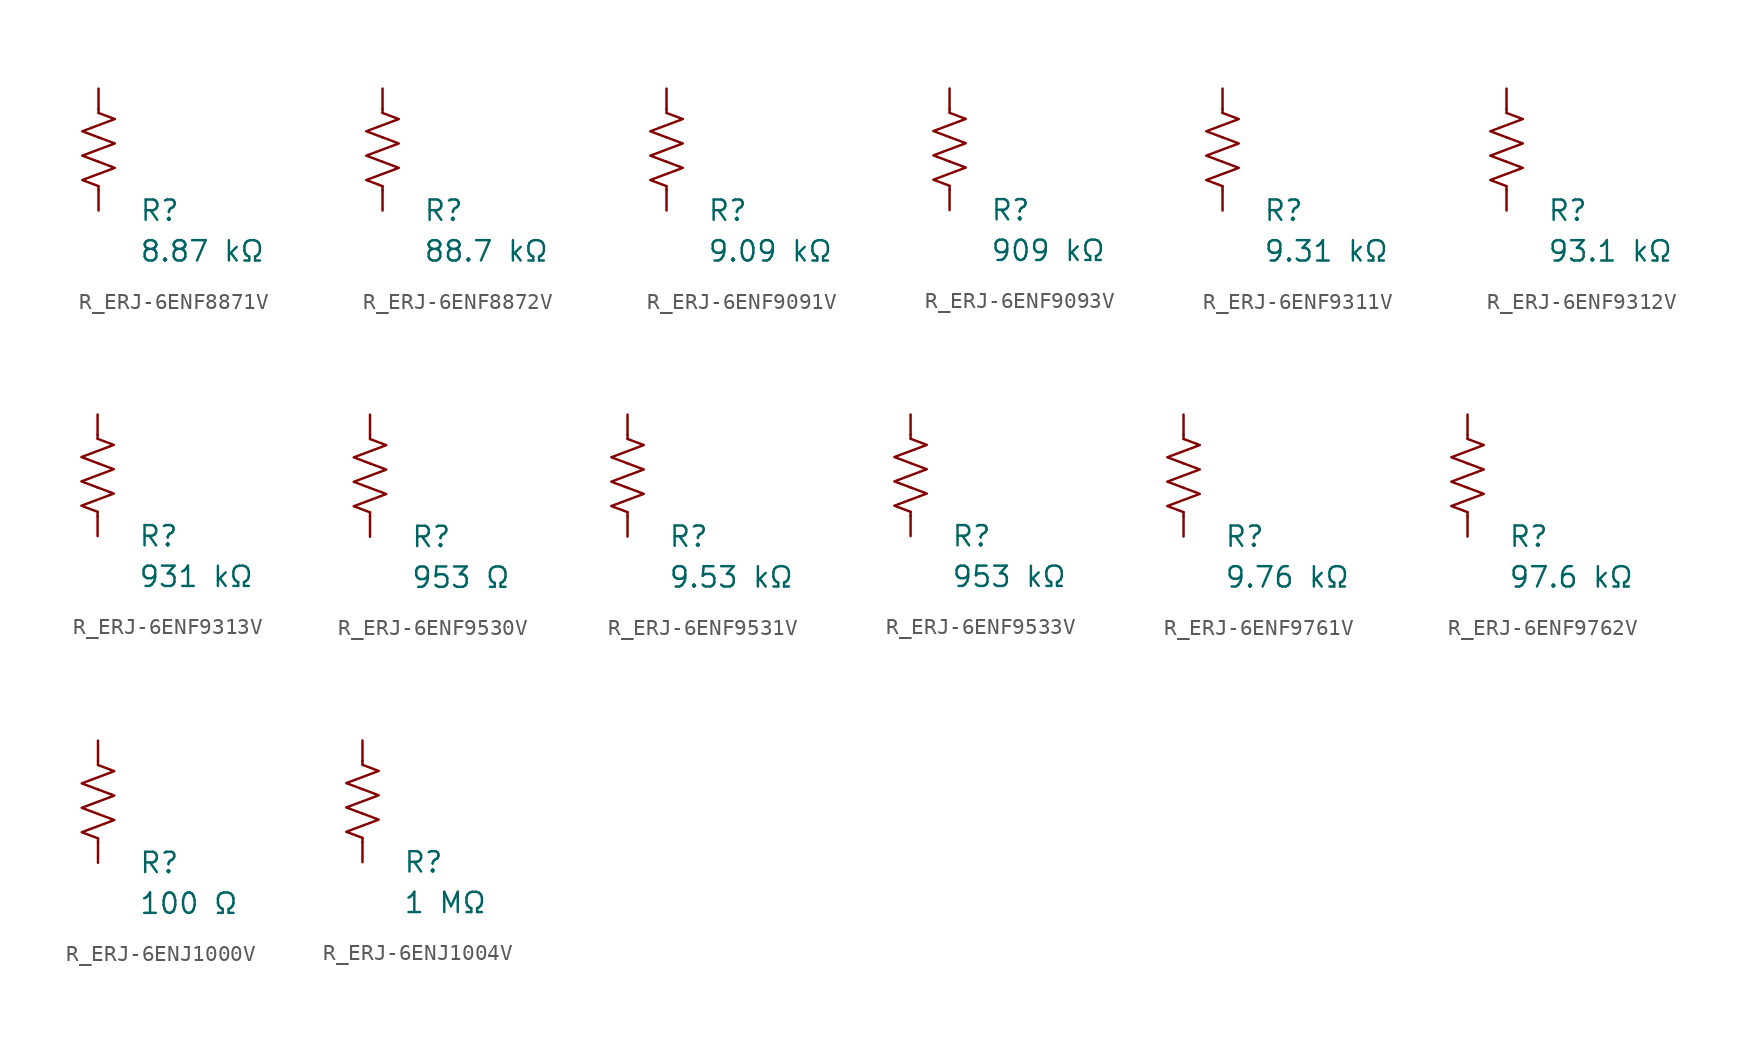
<source format=kicad_sym>
(kicad_symbol_lib
  (version 20231120)
  (generator "kicad_symbol_editor")
  (generator_version "8.0")
  (symbol "R_ERJ-6ENF8871V"
    (pin_numbers hide)
    (pin_names
      (offset 0))
    (property "Reference" "R"
      (at 2.54 -3.81 0)
      (effects (font (size 1.27 1.27)) (justify left))
      (show_name no))
    (property "Value" "8.87 kΩ"
      (at 2.54 -6.35 0)
      (effects (font (size 1.27 1.27)) (justify left))
      (show_name no))
    (symbol "R_ERJ-6ENF8871V_0_1"
      (polyline (pts (xy 0 -2.286) (xy 0 -2.54)) (stroke (width 0) (type default)) (fill (type none)))
      (polyline (pts (xy 0 2.286) (xy 0 2.54)) (stroke (width 0) (type default)) (fill (type none)))
      (polyline (pts (xy 0 -0.762) (xy 1.016 -1.143) (xy 0 -1.524) (xy -1.016 -1.905) (xy 0 -2.286)) (stroke (width 0) (type default)) (fill (type none)))
      (polyline (pts (xy 0 0.762) (xy 1.016 0.381) (xy 0 0) (xy -1.016 -0.381) (xy 0 -0.762)) (stroke (width 0) (type default)) (fill (type none)))
      (polyline (pts (xy 0 2.286) (xy 1.016 1.905) (xy 0 1.524) (xy -1.016 1.143) (xy 0 0.762)) (stroke (width 0) (type default)) (fill (type none))))
    (symbol "R_ERJ-6ENF8871V_1_1"
      (pin passive line (at 0 3.81 270) (length 1.27) (name "~" (effects (font (size 1.27 1.27)))) (number "1" (effects (font (size 1.27 1.27)))))
      (pin passive line (at 0 -3.81 90) (length 1.27) (name "~" (effects (font (size 1.27 1.27)))) (number "2" (effects (font (size 1.27 1.27)))))))
  (symbol "R_ERJ-6ENF8872V"
    (pin_numbers hide)
    (pin_names
      (offset 0))
    (property "Reference" "R"
      (at 2.54 -3.81 0)
      (effects (font (size 1.27 1.27)) (justify left))
      (show_name no))
    (property "Value" "88.7 kΩ"
      (at 2.54 -6.35 0)
      (effects (font (size 1.27 1.27)) (justify left))
      (show_name no))
    (symbol "R_ERJ-6ENF8872V_0_1"
      (polyline (pts (xy 0 -2.286) (xy 0 -2.54)) (stroke (width 0) (type default)) (fill (type none)))
      (polyline (pts (xy 0 2.286) (xy 0 2.54)) (stroke (width 0) (type default)) (fill (type none)))
      (polyline (pts (xy 0 -0.762) (xy 1.016 -1.143) (xy 0 -1.524) (xy -1.016 -1.905) (xy 0 -2.286)) (stroke (width 0) (type default)) (fill (type none)))
      (polyline (pts (xy 0 0.762) (xy 1.016 0.381) (xy 0 0) (xy -1.016 -0.381) (xy 0 -0.762)) (stroke (width 0) (type default)) (fill (type none)))
      (polyline (pts (xy 0 2.286) (xy 1.016 1.905) (xy 0 1.524) (xy -1.016 1.143) (xy 0 0.762)) (stroke (width 0) (type default)) (fill (type none))))
    (symbol "R_ERJ-6ENF8872V_1_1"
      (pin passive line (at 0 3.81 270) (length 1.27) (name "~" (effects (font (size 1.27 1.27)))) (number "1" (effects (font (size 1.27 1.27)))))
      (pin passive line (at 0 -3.81 90) (length 1.27) (name "~" (effects (font (size 1.27 1.27)))) (number "2" (effects (font (size 1.27 1.27)))))))
  (symbol "R_ERJ-6ENF9091V"
    (pin_numbers hide)
    (pin_names
      (offset 0))
    (property "Reference" "R"
      (at 2.54 -3.81 0)
      (effects (font (size 1.27 1.27)) (justify left))
      (show_name no))
    (property "Value" "9.09 kΩ"
      (at 2.54 -6.35 0)
      (effects (font (size 1.27 1.27)) (justify left))
      (show_name no))
    (symbol "R_ERJ-6ENF9091V_0_1"
      (polyline (pts (xy 0 -2.286) (xy 0 -2.54)) (stroke (width 0) (type default)) (fill (type none)))
      (polyline (pts (xy 0 2.286) (xy 0 2.54)) (stroke (width 0) (type default)) (fill (type none)))
      (polyline (pts (xy 0 -0.762) (xy 1.016 -1.143) (xy 0 -1.524) (xy -1.016 -1.905) (xy 0 -2.286)) (stroke (width 0) (type default)) (fill (type none)))
      (polyline (pts (xy 0 0.762) (xy 1.016 0.381) (xy 0 0) (xy -1.016 -0.381) (xy 0 -0.762)) (stroke (width 0) (type default)) (fill (type none)))
      (polyline (pts (xy 0 2.286) (xy 1.016 1.905) (xy 0 1.524) (xy -1.016 1.143) (xy 0 0.762)) (stroke (width 0) (type default)) (fill (type none))))
    (symbol "R_ERJ-6ENF9091V_1_1"
      (pin passive line (at 0 3.81 270) (length 1.27) (name "~" (effects (font (size 1.27 1.27)))) (number "1" (effects (font (size 1.27 1.27)))))
      (pin passive line (at 0 -3.81 90) (length 1.27) (name "~" (effects (font (size 1.27 1.27)))) (number "2" (effects (font (size 1.27 1.27)))))))
  (symbol "R_ERJ-6ENF9093V"
    (pin_numbers hide)
    (pin_names
      (offset 0))
    (property "Reference" "R"
      (at 2.54 -3.81 0)
      (effects (font (size 1.27 1.27)) (justify left))
      (show_name no))
    (property "Value" "909 kΩ"
      (at 2.54 -6.35 0)
      (effects (font (size 1.27 1.27)) (justify left))
      (show_name no))
    (symbol "R_ERJ-6ENF9093V_0_1"
      (polyline (pts (xy 0 -2.286) (xy 0 -2.54)) (stroke (width 0) (type default)) (fill (type none)))
      (polyline (pts (xy 0 2.286) (xy 0 2.54)) (stroke (width 0) (type default)) (fill (type none)))
      (polyline (pts (xy 0 -0.762) (xy 1.016 -1.143) (xy 0 -1.524) (xy -1.016 -1.905) (xy 0 -2.286)) (stroke (width 0) (type default)) (fill (type none)))
      (polyline (pts (xy 0 0.762) (xy 1.016 0.381) (xy 0 0) (xy -1.016 -0.381) (xy 0 -0.762)) (stroke (width 0) (type default)) (fill (type none)))
      (polyline (pts (xy 0 2.286) (xy 1.016 1.905) (xy 0 1.524) (xy -1.016 1.143) (xy 0 0.762)) (stroke (width 0) (type default)) (fill (type none))))
    (symbol "R_ERJ-6ENF9093V_1_1"
      (pin passive line (at 0 3.81 270) (length 1.27) (name "~" (effects (font (size 1.27 1.27)))) (number "1" (effects (font (size 1.27 1.27)))))
      (pin passive line (at 0 -3.81 90) (length 1.27) (name "~" (effects (font (size 1.27 1.27)))) (number "2" (effects (font (size 1.27 1.27)))))))
  (symbol "R_ERJ-6ENF9311V"
    (pin_numbers hide)
    (pin_names
      (offset 0))
    (property "Reference" "R"
      (at 2.54 -3.81 0)
      (effects (font (size 1.27 1.27)) (justify left))
      (show_name no))
    (property "Value" "9.31 kΩ"
      (at 2.54 -6.35 0)
      (effects (font (size 1.27 1.27)) (justify left))
      (show_name no))
    (symbol "R_ERJ-6ENF9311V_0_1"
      (polyline (pts (xy 0 -2.286) (xy 0 -2.54)) (stroke (width 0) (type default)) (fill (type none)))
      (polyline (pts (xy 0 2.286) (xy 0 2.54)) (stroke (width 0) (type default)) (fill (type none)))
      (polyline (pts (xy 0 -0.762) (xy 1.016 -1.143) (xy 0 -1.524) (xy -1.016 -1.905) (xy 0 -2.286)) (stroke (width 0) (type default)) (fill (type none)))
      (polyline (pts (xy 0 0.762) (xy 1.016 0.381) (xy 0 0) (xy -1.016 -0.381) (xy 0 -0.762)) (stroke (width 0) (type default)) (fill (type none)))
      (polyline (pts (xy 0 2.286) (xy 1.016 1.905) (xy 0 1.524) (xy -1.016 1.143) (xy 0 0.762)) (stroke (width 0) (type default)) (fill (type none))))
    (symbol "R_ERJ-6ENF9311V_1_1"
      (pin passive line (at 0 3.81 270) (length 1.27) (name "~" (effects (font (size 1.27 1.27)))) (number "1" (effects (font (size 1.27 1.27)))))
      (pin passive line (at 0 -3.81 90) (length 1.27) (name "~" (effects (font (size 1.27 1.27)))) (number "2" (effects (font (size 1.27 1.27)))))))
  (symbol "R_ERJ-6ENF9312V"
    (pin_numbers hide)
    (pin_names
      (offset 0))
    (property "Reference" "R"
      (at 2.54 -3.81 0)
      (effects (font (size 1.27 1.27)) (justify left))
      (show_name no))
    (property "Value" "93.1 kΩ"
      (at 2.54 -6.35 0)
      (effects (font (size 1.27 1.27)) (justify left))
      (show_name no))
    (symbol "R_ERJ-6ENF9312V_0_1"
      (polyline (pts (xy 0 -2.286) (xy 0 -2.54)) (stroke (width 0) (type default)) (fill (type none)))
      (polyline (pts (xy 0 2.286) (xy 0 2.54)) (stroke (width 0) (type default)) (fill (type none)))
      (polyline (pts (xy 0 -0.762) (xy 1.016 -1.143) (xy 0 -1.524) (xy -1.016 -1.905) (xy 0 -2.286)) (stroke (width 0) (type default)) (fill (type none)))
      (polyline (pts (xy 0 0.762) (xy 1.016 0.381) (xy 0 0) (xy -1.016 -0.381) (xy 0 -0.762)) (stroke (width 0) (type default)) (fill (type none)))
      (polyline (pts (xy 0 2.286) (xy 1.016 1.905) (xy 0 1.524) (xy -1.016 1.143) (xy 0 0.762)) (stroke (width 0) (type default)) (fill (type none))))
    (symbol "R_ERJ-6ENF9312V_1_1"
      (pin passive line (at 0 3.81 270) (length 1.27) (name "~" (effects (font (size 1.27 1.27)))) (number "1" (effects (font (size 1.27 1.27)))))
      (pin passive line (at 0 -3.81 90) (length 1.27) (name "~" (effects (font (size 1.27 1.27)))) (number "2" (effects (font (size 1.27 1.27)))))))
  (symbol "R_ERJ-6ENF9313V"
    (pin_numbers hide)
    (pin_names
      (offset 0))
    (property "Reference" "R"
      (at 2.54 -3.81 0)
      (effects (font (size 1.27 1.27)) (justify left))
      (show_name no))
    (property "Value" "931 kΩ"
      (at 2.54 -6.35 0)
      (effects (font (size 1.27 1.27)) (justify left))
      (show_name no))
    (symbol "R_ERJ-6ENF9313V_0_1"
      (polyline (pts (xy 0 -2.286) (xy 0 -2.54)) (stroke (width 0) (type default)) (fill (type none)))
      (polyline (pts (xy 0 2.286) (xy 0 2.54)) (stroke (width 0) (type default)) (fill (type none)))
      (polyline (pts (xy 0 -0.762) (xy 1.016 -1.143) (xy 0 -1.524) (xy -1.016 -1.905) (xy 0 -2.286)) (stroke (width 0) (type default)) (fill (type none)))
      (polyline (pts (xy 0 0.762) (xy 1.016 0.381) (xy 0 0) (xy -1.016 -0.381) (xy 0 -0.762)) (stroke (width 0) (type default)) (fill (type none)))
      (polyline (pts (xy 0 2.286) (xy 1.016 1.905) (xy 0 1.524) (xy -1.016 1.143) (xy 0 0.762)) (stroke (width 0) (type default)) (fill (type none))))
    (symbol "R_ERJ-6ENF9313V_1_1"
      (pin passive line (at 0 3.81 270) (length 1.27) (name "~" (effects (font (size 1.27 1.27)))) (number "1" (effects (font (size 1.27 1.27)))))
      (pin passive line (at 0 -3.81 90) (length 1.27) (name "~" (effects (font (size 1.27 1.27)))) (number "2" (effects (font (size 1.27 1.27)))))))
  (symbol "R_ERJ-6ENF9530V"
    (pin_numbers hide)
    (pin_names
      (offset 0))
    (property "Reference" "R"
      (at 2.54 -3.81 0)
      (effects (font (size 1.27 1.27)) (justify left))
      (show_name no))
    (property "Value" "953 Ω"
      (at 2.54 -6.35 0)
      (effects (font (size 1.27 1.27)) (justify left))
      (show_name no))
    (symbol "R_ERJ-6ENF9530V_0_1"
      (polyline (pts (xy 0 -2.286) (xy 0 -2.54)) (stroke (width 0) (type default)) (fill (type none)))
      (polyline (pts (xy 0 2.286) (xy 0 2.54)) (stroke (width 0) (type default)) (fill (type none)))
      (polyline (pts (xy 0 -0.762) (xy 1.016 -1.143) (xy 0 -1.524) (xy -1.016 -1.905) (xy 0 -2.286)) (stroke (width 0) (type default)) (fill (type none)))
      (polyline (pts (xy 0 0.762) (xy 1.016 0.381) (xy 0 0) (xy -1.016 -0.381) (xy 0 -0.762)) (stroke (width 0) (type default)) (fill (type none)))
      (polyline (pts (xy 0 2.286) (xy 1.016 1.905) (xy 0 1.524) (xy -1.016 1.143) (xy 0 0.762)) (stroke (width 0) (type default)) (fill (type none))))
    (symbol "R_ERJ-6ENF9530V_1_1"
      (pin passive line (at 0 3.81 270) (length 1.27) (name "~" (effects (font (size 1.27 1.27)))) (number "1" (effects (font (size 1.27 1.27)))))
      (pin passive line (at 0 -3.81 90) (length 1.27) (name "~" (effects (font (size 1.27 1.27)))) (number "2" (effects (font (size 1.27 1.27)))))))
  (symbol "R_ERJ-6ENF9531V"
    (pin_numbers hide)
    (pin_names
      (offset 0))
    (property "Reference" "R"
      (at 2.54 -3.81 0)
      (effects (font (size 1.27 1.27)) (justify left))
      (show_name no))
    (property "Value" "9.53 kΩ"
      (at 2.54 -6.35 0)
      (effects (font (size 1.27 1.27)) (justify left))
      (show_name no))
    (symbol "R_ERJ-6ENF9531V_0_1"
      (polyline (pts (xy 0 -2.286) (xy 0 -2.54)) (stroke (width 0) (type default)) (fill (type none)))
      (polyline (pts (xy 0 2.286) (xy 0 2.54)) (stroke (width 0) (type default)) (fill (type none)))
      (polyline (pts (xy 0 -0.762) (xy 1.016 -1.143) (xy 0 -1.524) (xy -1.016 -1.905) (xy 0 -2.286)) (stroke (width 0) (type default)) (fill (type none)))
      (polyline (pts (xy 0 0.762) (xy 1.016 0.381) (xy 0 0) (xy -1.016 -0.381) (xy 0 -0.762)) (stroke (width 0) (type default)) (fill (type none)))
      (polyline (pts (xy 0 2.286) (xy 1.016 1.905) (xy 0 1.524) (xy -1.016 1.143) (xy 0 0.762)) (stroke (width 0) (type default)) (fill (type none))))
    (symbol "R_ERJ-6ENF9531V_1_1"
      (pin passive line (at 0 3.81 270) (length 1.27) (name "~" (effects (font (size 1.27 1.27)))) (number "1" (effects (font (size 1.27 1.27)))))
      (pin passive line (at 0 -3.81 90) (length 1.27) (name "~" (effects (font (size 1.27 1.27)))) (number "2" (effects (font (size 1.27 1.27)))))))
  (symbol "R_ERJ-6ENF9533V"
    (pin_numbers hide)
    (pin_names
      (offset 0))
    (property "Reference" "R"
      (at 2.54 -3.81 0)
      (effects (font (size 1.27 1.27)) (justify left))
      (show_name no))
    (property "Value" "953 kΩ"
      (at 2.54 -6.35 0)
      (effects (font (size 1.27 1.27)) (justify left))
      (show_name no))
    (symbol "R_ERJ-6ENF9533V_0_1"
      (polyline (pts (xy 0 -2.286) (xy 0 -2.54)) (stroke (width 0) (type default)) (fill (type none)))
      (polyline (pts (xy 0 2.286) (xy 0 2.54)) (stroke (width 0) (type default)) (fill (type none)))
      (polyline (pts (xy 0 -0.762) (xy 1.016 -1.143) (xy 0 -1.524) (xy -1.016 -1.905) (xy 0 -2.286)) (stroke (width 0) (type default)) (fill (type none)))
      (polyline (pts (xy 0 0.762) (xy 1.016 0.381) (xy 0 0) (xy -1.016 -0.381) (xy 0 -0.762)) (stroke (width 0) (type default)) (fill (type none)))
      (polyline (pts (xy 0 2.286) (xy 1.016 1.905) (xy 0 1.524) (xy -1.016 1.143) (xy 0 0.762)) (stroke (width 0) (type default)) (fill (type none))))
    (symbol "R_ERJ-6ENF9533V_1_1"
      (pin passive line (at 0 3.81 270) (length 1.27) (name "~" (effects (font (size 1.27 1.27)))) (number "1" (effects (font (size 1.27 1.27)))))
      (pin passive line (at 0 -3.81 90) (length 1.27) (name "~" (effects (font (size 1.27 1.27)))) (number "2" (effects (font (size 1.27 1.27)))))))
  (symbol "R_ERJ-6ENF9761V"
    (pin_numbers hide)
    (pin_names
      (offset 0))
    (property "Reference" "R"
      (at 2.54 -3.81 0)
      (effects (font (size 1.27 1.27)) (justify left))
      (show_name no))
    (property "Value" "9.76 kΩ"
      (at 2.54 -6.35 0)
      (effects (font (size 1.27 1.27)) (justify left))
      (show_name no))
    (symbol "R_ERJ-6ENF9761V_0_1"
      (polyline (pts (xy 0 -2.286) (xy 0 -2.54)) (stroke (width 0) (type default)) (fill (type none)))
      (polyline (pts (xy 0 2.286) (xy 0 2.54)) (stroke (width 0) (type default)) (fill (type none)))
      (polyline (pts (xy 0 -0.762) (xy 1.016 -1.143) (xy 0 -1.524) (xy -1.016 -1.905) (xy 0 -2.286)) (stroke (width 0) (type default)) (fill (type none)))
      (polyline (pts (xy 0 0.762) (xy 1.016 0.381) (xy 0 0) (xy -1.016 -0.381) (xy 0 -0.762)) (stroke (width 0) (type default)) (fill (type none)))
      (polyline (pts (xy 0 2.286) (xy 1.016 1.905) (xy 0 1.524) (xy -1.016 1.143) (xy 0 0.762)) (stroke (width 0) (type default)) (fill (type none))))
    (symbol "R_ERJ-6ENF9761V_1_1"
      (pin passive line (at 0 3.81 270) (length 1.27) (name "~" (effects (font (size 1.27 1.27)))) (number "1" (effects (font (size 1.27 1.27)))))
      (pin passive line (at 0 -3.81 90) (length 1.27) (name "~" (effects (font (size 1.27 1.27)))) (number "2" (effects (font (size 1.27 1.27)))))))
  (symbol "R_ERJ-6ENF9762V"
    (pin_numbers hide)
    (pin_names
      (offset 0))
    (property "Reference" "R"
      (at 2.54 -3.81 0)
      (effects (font (size 1.27 1.27)) (justify left))
      (show_name no))
    (property "Value" "97.6 kΩ"
      (at 2.54 -6.35 0)
      (effects (font (size 1.27 1.27)) (justify left))
      (show_name no))
    (symbol "R_ERJ-6ENF9762V_0_1"
      (polyline (pts (xy 0 -2.286) (xy 0 -2.54)) (stroke (width 0) (type default)) (fill (type none)))
      (polyline (pts (xy 0 2.286) (xy 0 2.54)) (stroke (width 0) (type default)) (fill (type none)))
      (polyline (pts (xy 0 -0.762) (xy 1.016 -1.143) (xy 0 -1.524) (xy -1.016 -1.905) (xy 0 -2.286)) (stroke (width 0) (type default)) (fill (type none)))
      (polyline (pts (xy 0 0.762) (xy 1.016 0.381) (xy 0 0) (xy -1.016 -0.381) (xy 0 -0.762)) (stroke (width 0) (type default)) (fill (type none)))
      (polyline (pts (xy 0 2.286) (xy 1.016 1.905) (xy 0 1.524) (xy -1.016 1.143) (xy 0 0.762)) (stroke (width 0) (type default)) (fill (type none))))
    (symbol "R_ERJ-6ENF9762V_1_1"
      (pin passive line (at 0 3.81 270) (length 1.27) (name "~" (effects (font (size 1.27 1.27)))) (number "1" (effects (font (size 1.27 1.27)))))
      (pin passive line (at 0 -3.81 90) (length 1.27) (name "~" (effects (font (size 1.27 1.27)))) (number "2" (effects (font (size 1.27 1.27)))))))
  (symbol "R_ERJ-6ENJ1000V"
    (pin_numbers hide)
    (pin_names
      (offset 0))
    (property "Reference" "R"
      (at 2.54 -3.81 0)
      (effects (font (size 1.27 1.27)) (justify left))
      (show_name no))
    (property "Value" "100 Ω"
      (at 2.54 -6.35 0)
      (effects (font (size 1.27 1.27)) (justify left))
      (show_name no))
    (symbol "R_ERJ-6ENJ1000V_0_1"
      (polyline (pts (xy 0 -2.286) (xy 0 -2.54)) (stroke (width 0) (type default)) (fill (type none)))
      (polyline (pts (xy 0 2.286) (xy 0 2.54)) (stroke (width 0) (type default)) (fill (type none)))
      (polyline (pts (xy 0 -0.762) (xy 1.016 -1.143) (xy 0 -1.524) (xy -1.016 -1.905) (xy 0 -2.286)) (stroke (width 0) (type default)) (fill (type none)))
      (polyline (pts (xy 0 0.762) (xy 1.016 0.381) (xy 0 0) (xy -1.016 -0.381) (xy 0 -0.762)) (stroke (width 0) (type default)) (fill (type none)))
      (polyline (pts (xy 0 2.286) (xy 1.016 1.905) (xy 0 1.524) (xy -1.016 1.143) (xy 0 0.762)) (stroke (width 0) (type default)) (fill (type none))))
    (symbol "R_ERJ-6ENJ1000V_1_1"
      (pin passive line (at 0 3.81 270) (length 1.27) (name "~" (effects (font (size 1.27 1.27)))) (number "1" (effects (font (size 1.27 1.27)))))
      (pin passive line (at 0 -3.81 90) (length 1.27) (name "~" (effects (font (size 1.27 1.27)))) (number "2" (effects (font (size 1.27 1.27)))))))
  (symbol "R_ERJ-6ENJ1004V"
    (pin_numbers hide)
    (pin_names
      (offset 0))
    (property "Reference" "R"
      (at 2.54 -3.81 0)
      (effects (font (size 1.27 1.27)) (justify left))
      (show_name no))
    (property "Value" "1 MΩ"
      (at 2.54 -6.35 0)
      (effects (font (size 1.27 1.27)) (justify left))
      (show_name no))
    (symbol "R_ERJ-6ENJ1004V_0_1"
      (polyline (pts (xy 0 -2.286) (xy 0 -2.54)) (stroke (width 0) (type default)) (fill (type none)))
      (polyline (pts (xy 0 2.286) (xy 0 2.54)) (stroke (width 0) (type default)) (fill (type none)))
      (polyline (pts (xy 0 -0.762) (xy 1.016 -1.143) (xy 0 -1.524) (xy -1.016 -1.905) (xy 0 -2.286)) (stroke (width 0) (type default)) (fill (type none)))
      (polyline (pts (xy 0 0.762) (xy 1.016 0.381) (xy 0 0) (xy -1.016 -0.381) (xy 0 -0.762)) (stroke (width 0) (type default)) (fill (type none)))
      (polyline (pts (xy 0 2.286) (xy 1.016 1.905) (xy 0 1.524) (xy -1.016 1.143) (xy 0 0.762)) (stroke (width 0) (type default)) (fill (type none))))
    (symbol "R_ERJ-6ENJ1004V_1_1"
      (pin passive line (at 0 3.81 270) (length 1.27) (name "~" (effects (font (size 1.27 1.27)))) (number "1" (effects (font (size 1.27 1.27)))))
      (pin passive line (at 0 -3.81 90) (length 1.27) (name "~" (effects (font (size 1.27 1.27)))) (number "2" (effects (font (size 1.27 1.27))))))))
</source>
